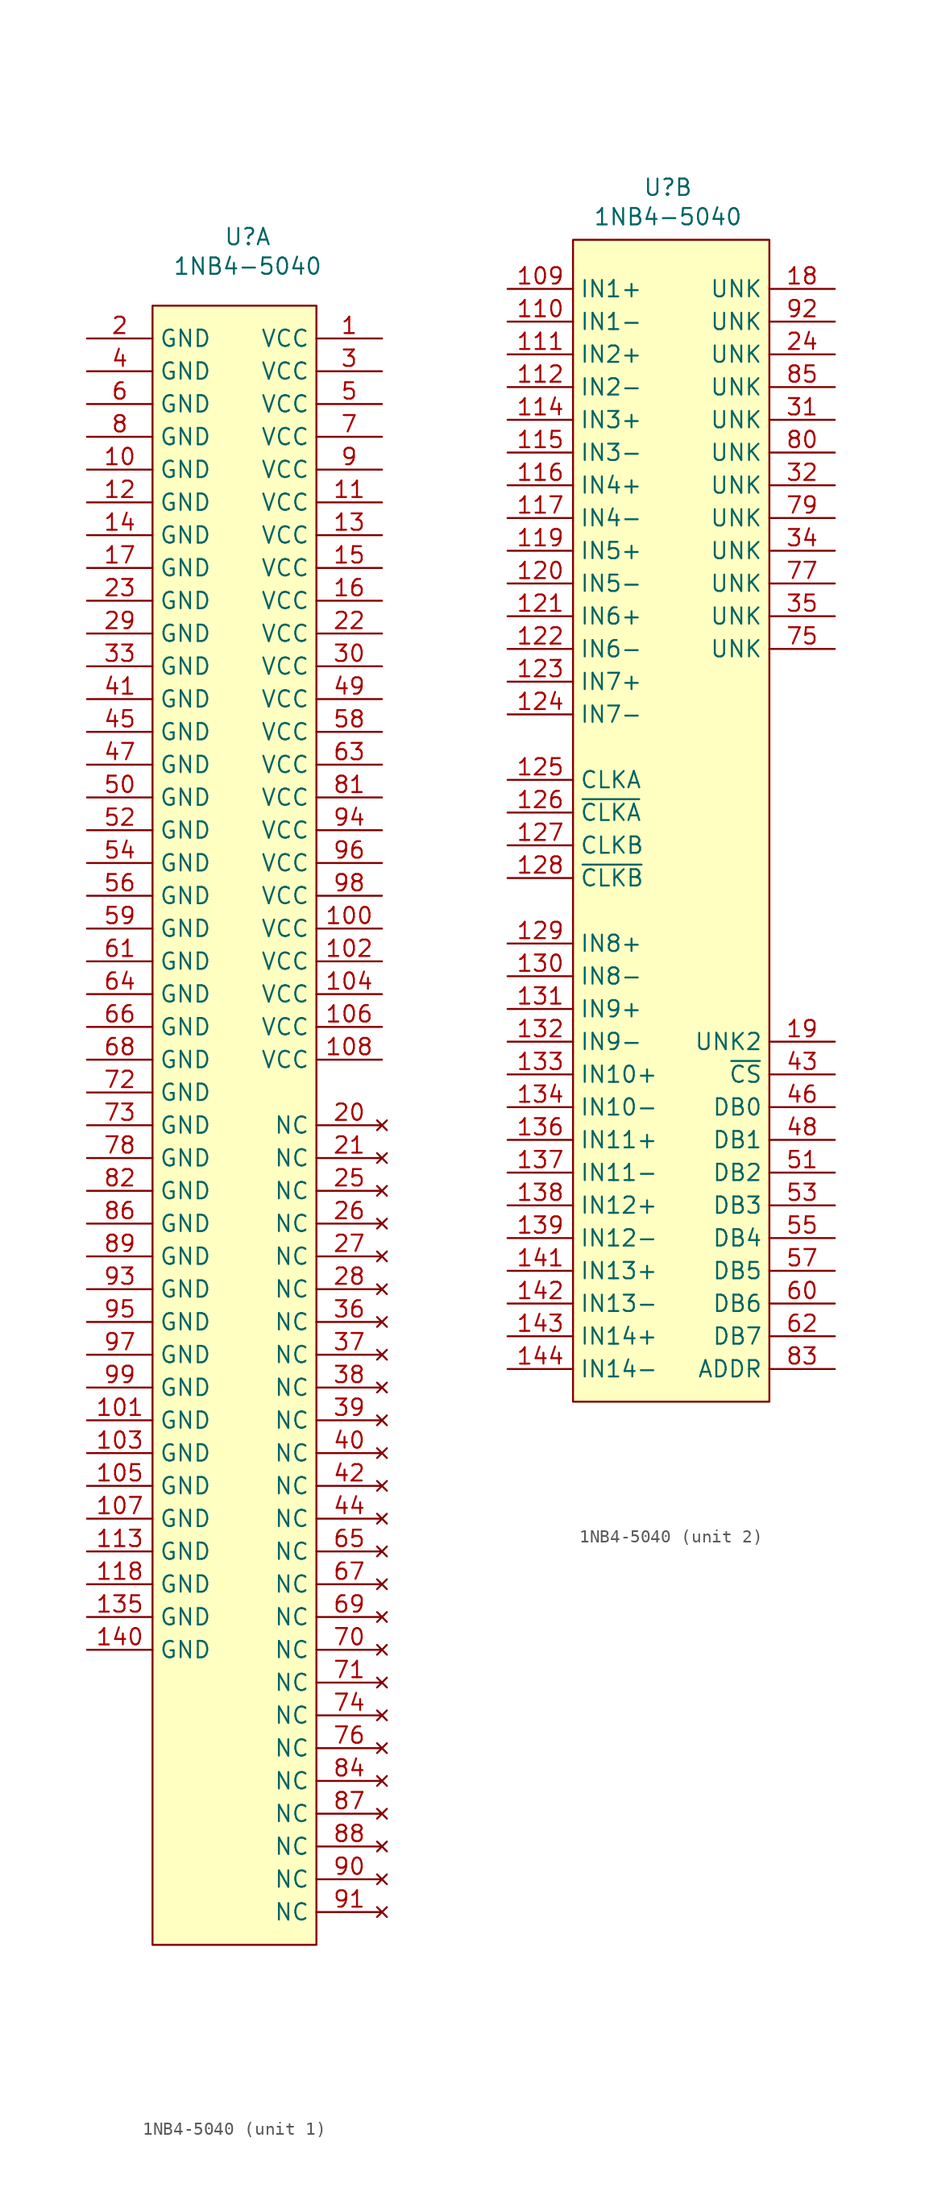
<source format=kicad_sym>
(kicad_symbol_lib
  (version 20241209)
  (generator "kicad_symbol_editor")
  (generator_version "9.0")
  (symbol "1NB4-5040"
    (property "Reference" "U"
      (at 7.366 5.334 0)
      (effects (font (size 1.27 1.27))))
    (property "Value" "1NB4-5040"
      (at 7.366 3.048 0)
      (effects (font (size 1.27 1.27))))
    (property "ki_locked" ""
      (at 0 0 0)
      (effects (font (size 1.27 1.27))))
    (symbol "1NB4-5040_1_0"
      (pin power_in line (at -5.08 -2.54 0) (length 5.08) (name "GND" (effects (font (size 1.27 1.27)))) (number "2" (effects (font (size 1.27 1.27)))))
      (pin power_in line (at -5.08 -5.08 0) (length 5.08) (name "GND" (effects (font (size 1.27 1.27)))) (number "4" (effects (font (size 1.27 1.27)))))
      (pin power_in line (at -5.08 -7.62 0) (length 5.08) (name "GND" (effects (font (size 1.27 1.27)))) (number "6" (effects (font (size 1.27 1.27)))))
      (pin power_in line (at -5.08 -10.16 0) (length 5.08) (name "GND" (effects (font (size 1.27 1.27)))) (number "8" (effects (font (size 1.27 1.27)))))
      (pin power_in line (at -5.08 -12.7 0) (length 5.08) (name "GND" (effects (font (size 1.27 1.27)))) (number "10" (effects (font (size 1.27 1.27)))))
      (pin power_in line (at -5.08 -15.24 0) (length 5.08) (name "GND" (effects (font (size 1.27 1.27)))) (number "12" (effects (font (size 1.27 1.27)))))
      (pin power_in line (at -5.08 -17.78 0) (length 5.08) (name "GND" (effects (font (size 1.27 1.27)))) (number "14" (effects (font (size 1.27 1.27)))))
      (pin power_in line (at -5.08 -20.32 0) (length 5.08) (name "GND" (effects (font (size 1.27 1.27)))) (number "17" (effects (font (size 1.27 1.27)))))
      (pin power_in line (at -5.08 -22.86 0) (length 5.08) (name "GND" (effects (font (size 1.27 1.27)))) (number "23" (effects (font (size 1.27 1.27)))))
      (pin power_in line (at -5.08 -25.4 0) (length 5.08) (name "GND" (effects (font (size 1.27 1.27)))) (number "29" (effects (font (size 1.27 1.27)))))
      (pin power_in line (at -5.08 -27.94 0) (length 5.08) (name "GND" (effects (font (size 1.27 1.27)))) (number "33" (effects (font (size 1.27 1.27)))))
      (pin power_in line (at -5.08 -30.48 0) (length 5.08) (name "GND" (effects (font (size 1.27 1.27)))) (number "41" (effects (font (size 1.27 1.27)))))
      (pin power_in line (at -5.08 -33.02 0) (length 5.08) (name "GND" (effects (font (size 1.27 1.27)))) (number "45" (effects (font (size 1.27 1.27)))))
      (pin power_in line (at -5.08 -35.56 0) (length 5.08) (name "GND" (effects (font (size 1.27 1.27)))) (number "47" (effects (font (size 1.27 1.27)))))
      (pin power_in line (at -5.08 -38.1 0) (length 5.08) (name "GND" (effects (font (size 1.27 1.27)))) (number "50" (effects (font (size 1.27 1.27)))))
      (pin power_in line (at -5.08 -40.64 0) (length 5.08) (name "GND" (effects (font (size 1.27 1.27)))) (number "52" (effects (font (size 1.27 1.27)))))
      (pin power_in line (at -5.08 -43.18 0) (length 5.08) (name "GND" (effects (font (size 1.27 1.27)))) (number "54" (effects (font (size 1.27 1.27)))))
      (pin power_in line (at -5.08 -45.72 0) (length 5.08) (name "GND" (effects (font (size 1.27 1.27)))) (number "56" (effects (font (size 1.27 1.27)))))
      (pin power_in line (at -5.08 -48.26 0) (length 5.08) (name "GND" (effects (font (size 1.27 1.27)))) (number "59" (effects (font (size 1.27 1.27)))))
      (pin power_in line (at -5.08 -50.8 0) (length 5.08) (name "GND" (effects (font (size 1.27 1.27)))) (number "61" (effects (font (size 1.27 1.27)))))
      (pin power_in line (at -5.08 -53.34 0) (length 5.08) (name "GND" (effects (font (size 1.27 1.27)))) (number "64" (effects (font (size 1.27 1.27)))))
      (pin power_in line (at -5.08 -55.88 0) (length 5.08) (name "GND" (effects (font (size 1.27 1.27)))) (number "66" (effects (font (size 1.27 1.27)))))
      (pin power_in line (at -5.08 -58.42 0) (length 5.08) (name "GND" (effects (font (size 1.27 1.27)))) (number "68" (effects (font (size 1.27 1.27)))))
      (pin power_in line (at -5.08 -60.96 0) (length 5.08) (name "GND" (effects (font (size 1.27 1.27)))) (number "72" (effects (font (size 1.27 1.27)))))
      (pin power_in line (at -5.08 -63.5 0) (length 5.08) (name "GND" (effects (font (size 1.27 1.27)))) (number "73" (effects (font (size 1.27 1.27)))))
      (pin power_in line (at -5.08 -66.04 0) (length 5.08) (name "GND" (effects (font (size 1.27 1.27)))) (number "78" (effects (font (size 1.27 1.27)))))
      (pin power_in line (at -5.08 -68.58 0) (length 5.08) (name "GND" (effects (font (size 1.27 1.27)))) (number "82" (effects (font (size 1.27 1.27)))))
      (pin power_in line (at -5.08 -71.12 0) (length 5.08) (name "GND" (effects (font (size 1.27 1.27)))) (number "86" (effects (font (size 1.27 1.27)))))
      (pin power_in line (at -5.08 -73.66 0) (length 5.08) (name "GND" (effects (font (size 1.27 1.27)))) (number "89" (effects (font (size 1.27 1.27)))))
      (pin power_in line (at -5.08 -76.2 0) (length 5.08) (name "GND" (effects (font (size 1.27 1.27)))) (number "93" (effects (font (size 1.27 1.27)))))
      (pin power_in line (at -5.08 -78.74 0) (length 5.08) (name "GND" (effects (font (size 1.27 1.27)))) (number "95" (effects (font (size 1.27 1.27)))))
      (pin power_in line (at -5.08 -81.28 0) (length 5.08) (name "GND" (effects (font (size 1.27 1.27)))) (number "97" (effects (font (size 1.27 1.27)))))
      (pin power_in line (at -5.08 -83.82 0) (length 5.08) (name "GND" (effects (font (size 1.27 1.27)))) (number "99" (effects (font (size 1.27 1.27)))))
      (pin power_in line (at -5.08 -86.36 0) (length 5.08) (name "GND" (effects (font (size 1.27 1.27)))) (number "101" (effects (font (size 1.27 1.27)))))
      (pin power_in line (at -5.08 -88.9 0) (length 5.08) (name "GND" (effects (font (size 1.27 1.27)))) (number "103" (effects (font (size 1.27 1.27)))))
      (pin power_in line (at -5.08 -91.44 0) (length 5.08) (name "GND" (effects (font (size 1.27 1.27)))) (number "105" (effects (font (size 1.27 1.27)))))
      (pin power_in line (at -5.08 -93.98 0) (length 5.08) (name "GND" (effects (font (size 1.27 1.27)))) (number "107" (effects (font (size 1.27 1.27)))))
      (pin power_in line (at -5.08 -96.52 0) (length 5.08) (name "GND" (effects (font (size 1.27 1.27)))) (number "113" (effects (font (size 1.27 1.27)))))
      (pin power_in line (at -5.08 -99.06 0) (length 5.08) (name "GND" (effects (font (size 1.27 1.27)))) (number "118" (effects (font (size 1.27 1.27)))))
      (pin power_in line (at -5.08 -101.6 0) (length 5.08) (name "GND" (effects (font (size 1.27 1.27)))) (number "135" (effects (font (size 1.27 1.27)))))
      (pin power_in line (at -5.08 -104.14 0) (length 5.08) (name "GND" (effects (font (size 1.27 1.27)))) (number "140" (effects (font (size 1.27 1.27)))))
      (pin power_in line (at 17.78 -2.54 180) (length 5.08) (name "VCC" (effects (font (size 1.27 1.27)))) (number "1" (effects (font (size 1.27 1.27)))))
      (pin power_in line (at 17.78 -5.08 180) (length 5.08) (name "VCC" (effects (font (size 1.27 1.27)))) (number "3" (effects (font (size 1.27 1.27)))))
      (pin power_in line (at 17.78 -7.62 180) (length 5.08) (name "VCC" (effects (font (size 1.27 1.27)))) (number "5" (effects (font (size 1.27 1.27)))))
      (pin power_in line (at 17.78 -10.16 180) (length 5.08) (name "VCC" (effects (font (size 1.27 1.27)))) (number "7" (effects (font (size 1.27 1.27)))))
      (pin power_in line (at 17.78 -12.7 180) (length 5.08) (name "VCC" (effects (font (size 1.27 1.27)))) (number "9" (effects (font (size 1.27 1.27)))))
      (pin power_in line (at 17.78 -15.24 180) (length 5.08) (name "VCC" (effects (font (size 1.27 1.27)))) (number "11" (effects (font (size 1.27 1.27)))))
      (pin power_in line (at 17.78 -17.78 180) (length 5.08) (name "VCC" (effects (font (size 1.27 1.27)))) (number "13" (effects (font (size 1.27 1.27)))))
      (pin power_in line (at 17.78 -20.32 180) (length 5.08) (name "VCC" (effects (font (size 1.27 1.27)))) (number "15" (effects (font (size 1.27 1.27)))))
      (pin power_in line (at 17.78 -22.86 180) (length 5.08) (name "VCC" (effects (font (size 1.27 1.27)))) (number "16" (effects (font (size 1.27 1.27)))))
      (pin power_in line (at 17.78 -25.4 180) (length 5.08) (name "VCC" (effects (font (size 1.27 1.27)))) (number "22" (effects (font (size 1.27 1.27)))))
      (pin power_in line (at 17.78 -27.94 180) (length 5.08) (name "VCC" (effects (font (size 1.27 1.27)))) (number "30" (effects (font (size 1.27 1.27)))))
      (pin power_in line (at 17.78 -30.48 180) (length 5.08) (name "VCC" (effects (font (size 1.27 1.27)))) (number "49" (effects (font (size 1.27 1.27)))))
      (pin power_in line (at 17.78 -33.02 180) (length 5.08) (name "VCC" (effects (font (size 1.27 1.27)))) (number "58" (effects (font (size 1.27 1.27)))))
      (pin power_in line (at 17.78 -35.56 180) (length 5.08) (name "VCC" (effects (font (size 1.27 1.27)))) (number "63" (effects (font (size 1.27 1.27)))))
      (pin power_in line (at 17.78 -38.1 180) (length 5.08) (name "VCC" (effects (font (size 1.27 1.27)))) (number "81" (effects (font (size 1.27 1.27)))))
      (pin power_in line (at 17.78 -40.64 180) (length 5.08) (name "VCC" (effects (font (size 1.27 1.27)))) (number "94" (effects (font (size 1.27 1.27)))))
      (pin power_in line (at 17.78 -43.18 180) (length 5.08) (name "VCC" (effects (font (size 1.27 1.27)))) (number "96" (effects (font (size 1.27 1.27)))))
      (pin power_in line (at 17.78 -45.72 180) (length 5.08) (name "VCC" (effects (font (size 1.27 1.27)))) (number "98" (effects (font (size 1.27 1.27)))))
      (pin power_in line (at 17.78 -48.26 180) (length 5.08) (name "VCC" (effects (font (size 1.27 1.27)))) (number "100" (effects (font (size 1.27 1.27)))))
      (pin power_in line (at 17.78 -50.8 180) (length 5.08) (name "VCC" (effects (font (size 1.27 1.27)))) (number "102" (effects (font (size 1.27 1.27)))))
      (pin power_in line (at 17.78 -53.34 180) (length 5.08) (name "VCC" (effects (font (size 1.27 1.27)))) (number "104" (effects (font (size 1.27 1.27)))))
      (pin power_in line (at 17.78 -55.88 180) (length 5.08) (name "VCC" (effects (font (size 1.27 1.27)))) (number "106" (effects (font (size 1.27 1.27)))))
      (pin power_in line (at 17.78 -58.42 180) (length 5.08) (name "VCC" (effects (font (size 1.27 1.27)))) (number "108" (effects (font (size 1.27 1.27)))))
      (pin no_connect line (at 17.78 -63.5 180) (length 5.08) (name "NC" (effects (font (size 1.27 1.27)))) (number "20" (effects (font (size 1.27 1.27)))))
      (pin no_connect line (at 17.78 -66.04 180) (length 5.08) (name "NC" (effects (font (size 1.27 1.27)))) (number "21" (effects (font (size 1.27 1.27)))))
      (pin no_connect line (at 17.78 -68.58 180) (length 5.08) (name "NC" (effects (font (size 1.27 1.27)))) (number "25" (effects (font (size 1.27 1.27)))))
      (pin no_connect line (at 17.78 -71.12 180) (length 5.08) (name "NC" (effects (font (size 1.27 1.27)))) (number "26" (effects (font (size 1.27 1.27)))))
      (pin no_connect line (at 17.78 -73.66 180) (length 5.08) (name "NC" (effects (font (size 1.27 1.27)))) (number "27" (effects (font (size 1.27 1.27)))))
      (pin no_connect line (at 17.78 -76.2 180) (length 5.08) (name "NC" (effects (font (size 1.27 1.27)))) (number "28" (effects (font (size 1.27 1.27)))))
      (pin no_connect line (at 17.78 -78.74 180) (length 5.08) (name "NC" (effects (font (size 1.27 1.27)))) (number "36" (effects (font (size 1.27 1.27)))))
      (pin no_connect line (at 17.78 -81.28 180) (length 5.08) (name "NC" (effects (font (size 1.27 1.27)))) (number "37" (effects (font (size 1.27 1.27)))))
      (pin no_connect line (at 17.78 -83.82 180) (length 5.08) (name "NC" (effects (font (size 1.27 1.27)))) (number "38" (effects (font (size 1.27 1.27)))))
      (pin no_connect line (at 17.78 -86.36 180) (length 5.08) (name "NC" (effects (font (size 1.27 1.27)))) (number "39" (effects (font (size 1.27 1.27)))))
      (pin no_connect line (at 17.78 -88.9 180) (length 5.08) (name "NC" (effects (font (size 1.27 1.27)))) (number "40" (effects (font (size 1.27 1.27)))))
      (pin no_connect line (at 17.78 -91.44 180) (length 5.08) (name "NC" (effects (font (size 1.27 1.27)))) (number "42" (effects (font (size 1.27 1.27)))))
      (pin no_connect line (at 17.78 -93.98 180) (length 5.08) (name "NC" (effects (font (size 1.27 1.27)))) (number "44" (effects (font (size 1.27 1.27)))))
      (pin no_connect line (at 17.78 -96.52 180) (length 5.08) (name "NC" (effects (font (size 1.27 1.27)))) (number "65" (effects (font (size 1.27 1.27)))))
      (pin no_connect line (at 17.78 -99.06 180) (length 5.08) (name "NC" (effects (font (size 1.27 1.27)))) (number "67" (effects (font (size 1.27 1.27)))))
      (pin no_connect line (at 17.78 -101.6 180) (length 5.08) (name "NC" (effects (font (size 1.27 1.27)))) (number "69" (effects (font (size 1.27 1.27)))))
      (pin no_connect line (at 17.78 -104.14 180) (length 5.08) (name "NC" (effects (font (size 1.27 1.27)))) (number "70" (effects (font (size 1.27 1.27)))))
      (pin no_connect line (at 17.78 -106.68 180) (length 5.08) (name "NC" (effects (font (size 1.27 1.27)))) (number "71" (effects (font (size 1.27 1.27)))))
      (pin no_connect line (at 17.78 -109.22 180) (length 5.08) (name "NC" (effects (font (size 1.27 1.27)))) (number "74" (effects (font (size 1.27 1.27)))))
      (pin no_connect line (at 17.78 -111.76 180) (length 5.08) (name "NC" (effects (font (size 1.27 1.27)))) (number "76" (effects (font (size 1.27 1.27)))))
      (pin no_connect line (at 17.78 -114.3 180) (length 5.08) (name "NC" (effects (font (size 1.27 1.27)))) (number "84" (effects (font (size 1.27 1.27)))))
      (pin no_connect line (at 17.78 -116.84 180) (length 5.08) (name "NC" (effects (font (size 1.27 1.27)))) (number "87" (effects (font (size 1.27 1.27)))))
      (pin no_connect line (at 17.78 -119.38 180) (length 5.08) (name "NC" (effects (font (size 1.27 1.27)))) (number "88" (effects (font (size 1.27 1.27)))))
      (pin no_connect line (at 17.78 -121.92 180) (length 5.08) (name "NC" (effects (font (size 1.27 1.27)))) (number "90" (effects (font (size 1.27 1.27)))))
      (pin no_connect line (at 17.78 -124.46 180) (length 5.08) (name "NC" (effects (font (size 1.27 1.27)))) (number "91" (effects (font (size 1.27 1.27))))))
    (symbol "1NB4-5040_1_1"
      (rectangle (start 0 0) (end 12.7 -127) (stroke (width 0) (type solid)) (fill (type background))))
    (symbol "1NB4-5040_2_0"
      (pin input line (at -5.08 -2.54 0) (length 5.08) (name "IN1+" (effects (font (size 1.27 1.27)))) (number "109" (effects (font (size 1.27 1.27)))))
      (pin input line (at -5.08 -5.08 0) (length 5.08) (name "IN1-" (effects (font (size 1.27 1.27)))) (number "110" (effects (font (size 1.27 1.27)))))
      (pin input line (at -5.08 -7.62 0) (length 5.08) (name "IN2+" (effects (font (size 1.27 1.27)))) (number "111" (effects (font (size 1.27 1.27)))))
      (pin input line (at -5.08 -10.16 0) (length 5.08) (name "IN2-" (effects (font (size 1.27 1.27)))) (number "112" (effects (font (size 1.27 1.27)))))
      (pin input line (at -5.08 -12.7 0) (length 5.08) (name "IN3+" (effects (font (size 1.27 1.27)))) (number "114" (effects (font (size 1.27 1.27)))))
      (pin input line (at -5.08 -15.24 0) (length 5.08) (name "IN3-" (effects (font (size 1.27 1.27)))) (number "115" (effects (font (size 1.27 1.27)))))
      (pin input line (at -5.08 -17.78 0) (length 5.08) (name "IN4+" (effects (font (size 1.27 1.27)))) (number "116" (effects (font (size 1.27 1.27)))))
      (pin input line (at -5.08 -20.32 0) (length 5.08) (name "IN4-" (effects (font (size 1.27 1.27)))) (number "117" (effects (font (size 1.27 1.27)))))
      (pin input line (at -5.08 -22.86 0) (length 5.08) (name "IN5+" (effects (font (size 1.27 1.27)))) (number "119" (effects (font (size 1.27 1.27)))))
      (pin input line (at -5.08 -25.4 0) (length 5.08) (name "IN5-" (effects (font (size 1.27 1.27)))) (number "120" (effects (font (size 1.27 1.27)))))
      (pin input line (at -5.08 -27.94 0) (length 5.08) (name "IN6+" (effects (font (size 1.27 1.27)))) (number "121" (effects (font (size 1.27 1.27)))))
      (pin input line (at -5.08 -30.48 0) (length 5.08) (name "IN6-" (effects (font (size 1.27 1.27)))) (number "122" (effects (font (size 1.27 1.27)))))
      (pin input line (at -5.08 -33.02 0) (length 5.08) (name "IN7+" (effects (font (size 1.27 1.27)))) (number "123" (effects (font (size 1.27 1.27)))))
      (pin input line (at -5.08 -35.56 0) (length 5.08) (name "IN7-" (effects (font (size 1.27 1.27)))) (number "124" (effects (font (size 1.27 1.27)))))
      (pin input line (at -5.08 -40.64 0) (length 5.08) (name "CLKA" (effects (font (size 1.27 1.27)))) (number "125" (effects (font (size 1.27 1.27)))))
      (pin input line (at -5.08 -43.18 0) (length 5.08) (name "~{CLKA}" (effects (font (size 1.27 1.27)))) (number "126" (effects (font (size 1.27 1.27)))))
      (pin input line (at -5.08 -45.72 0) (length 5.08) (name "CLKB" (effects (font (size 1.27 1.27)))) (number "127" (effects (font (size 1.27 1.27)))))
      (pin input line (at -5.08 -48.26 0) (length 5.08) (name "~{CLKB}" (effects (font (size 1.27 1.27)))) (number "128" (effects (font (size 1.27 1.27)))))
      (pin input line (at -5.08 -53.34 0) (length 5.08) (name "IN8+" (effects (font (size 1.27 1.27)))) (number "129" (effects (font (size 1.27 1.27)))))
      (pin input line (at -5.08 -55.88 0) (length 5.08) (name "IN8-" (effects (font (size 1.27 1.27)))) (number "130" (effects (font (size 1.27 1.27)))))
      (pin input line (at -5.08 -58.42 0) (length 5.08) (name "IN9+" (effects (font (size 1.27 1.27)))) (number "131" (effects (font (size 1.27 1.27)))))
      (pin input line (at -5.08 -60.96 0) (length 5.08) (name "IN9-" (effects (font (size 1.27 1.27)))) (number "132" (effects (font (size 1.27 1.27)))))
      (pin input line (at -5.08 -63.5 0) (length 5.08) (name "IN10+" (effects (font (size 1.27 1.27)))) (number "133" (effects (font (size 1.27 1.27)))))
      (pin input line (at -5.08 -66.04 0) (length 5.08) (name "IN10-" (effects (font (size 1.27 1.27)))) (number "134" (effects (font (size 1.27 1.27)))))
      (pin input line (at -5.08 -68.58 0) (length 5.08) (name "IN11+" (effects (font (size 1.27 1.27)))) (number "136" (effects (font (size 1.27 1.27)))))
      (pin input line (at -5.08 -71.12 0) (length 5.08) (name "IN11-" (effects (font (size 1.27 1.27)))) (number "137" (effects (font (size 1.27 1.27)))))
      (pin input line (at -5.08 -73.66 0) (length 5.08) (name "IN12+" (effects (font (size 1.27 1.27)))) (number "138" (effects (font (size 1.27 1.27)))))
      (pin input line (at -5.08 -76.2 0) (length 5.08) (name "IN12-" (effects (font (size 1.27 1.27)))) (number "139" (effects (font (size 1.27 1.27)))))
      (pin input line (at -5.08 -78.74 0) (length 5.08) (name "IN13+" (effects (font (size 1.27 1.27)))) (number "141" (effects (font (size 1.27 1.27)))))
      (pin input line (at -5.08 -81.28 0) (length 5.08) (name "IN13-" (effects (font (size 1.27 1.27)))) (number "142" (effects (font (size 1.27 1.27)))))
      (pin input line (at -5.08 -83.82 0) (length 5.08) (name "IN14+" (effects (font (size 1.27 1.27)))) (number "143" (effects (font (size 1.27 1.27)))))
      (pin input line (at -5.08 -86.36 0) (length 5.08) (name "IN14-" (effects (font (size 1.27 1.27)))) (number "144" (effects (font (size 1.27 1.27)))))
      (pin unspecified line (at 20.32 -2.54 180) (length 5.08) (name "UNK" (effects (font (size 1.27 1.27)))) (number "18" (effects (font (size 1.27 1.27)))))
      (pin unspecified line (at 20.32 -5.08 180) (length 5.08) (name "UNK" (effects (font (size 1.27 1.27)))) (number "92" (effects (font (size 1.27 1.27)))))
      (pin unspecified line (at 20.32 -7.62 180) (length 5.08) (name "UNK" (effects (font (size 1.27 1.27)))) (number "24" (effects (font (size 1.27 1.27)))))
      (pin unspecified line (at 20.32 -10.16 180) (length 5.08) (name "UNK" (effects (font (size 1.27 1.27)))) (number "85" (effects (font (size 1.27 1.27)))))
      (pin unspecified line (at 20.32 -12.7 180) (length 5.08) (name "UNK" (effects (font (size 1.27 1.27)))) (number "31" (effects (font (size 1.27 1.27)))))
      (pin unspecified line (at 20.32 -15.24 180) (length 5.08) (name "UNK" (effects (font (size 1.27 1.27)))) (number "80" (effects (font (size 1.27 1.27)))))
      (pin unspecified line (at 20.32 -17.78 180) (length 5.08) (name "UNK" (effects (font (size 1.27 1.27)))) (number "32" (effects (font (size 1.27 1.27)))))
      (pin unspecified line (at 20.32 -20.32 180) (length 5.08) (name "UNK" (effects (font (size 1.27 1.27)))) (number "79" (effects (font (size 1.27 1.27)))))
      (pin unspecified line (at 20.32 -22.86 180) (length 5.08) (name "UNK" (effects (font (size 1.27 1.27)))) (number "34" (effects (font (size 1.27 1.27)))))
      (pin unspecified line (at 20.32 -25.4 180) (length 5.08) (name "UNK" (effects (font (size 1.27 1.27)))) (number "77" (effects (font (size 1.27 1.27)))))
      (pin unspecified line (at 20.32 -27.94 180) (length 5.08) (name "UNK" (effects (font (size 1.27 1.27)))) (number "35" (effects (font (size 1.27 1.27)))))
      (pin unspecified line (at 20.32 -30.48 180) (length 5.08) (name "UNK" (effects (font (size 1.27 1.27)))) (number "75" (effects (font (size 1.27 1.27)))))
      (pin unspecified line (at 20.32 -60.96 180) (length 5.08) (name "UNK2" (effects (font (size 1.27 1.27)))) (number "19" (effects (font (size 1.27 1.27)))))
      (pin input line (at 20.32 -63.5 180) (length 5.08) (name "~{CS}" (effects (font (size 1.27 1.27)))) (number "43" (effects (font (size 1.27 1.27)))))
      (pin bidirectional line (at 20.32 -66.04 180) (length 5.08) (name "DB0" (effects (font (size 1.27 1.27)))) (number "46" (effects (font (size 1.27 1.27)))))
      (pin bidirectional line (at 20.32 -68.58 180) (length 5.08) (name "DB1" (effects (font (size 1.27 1.27)))) (number "48" (effects (font (size 1.27 1.27)))))
      (pin bidirectional line (at 20.32 -71.12 180) (length 5.08) (name "DB2" (effects (font (size 1.27 1.27)))) (number "51" (effects (font (size 1.27 1.27)))))
      (pin bidirectional line (at 20.32 -73.66 180) (length 5.08) (name "DB3" (effects (font (size 1.27 1.27)))) (number "53" (effects (font (size 1.27 1.27)))))
      (pin bidirectional line (at 20.32 -76.2 180) (length 5.08) (name "DB4" (effects (font (size 1.27 1.27)))) (number "55" (effects (font (size 1.27 1.27)))))
      (pin bidirectional line (at 20.32 -78.74 180) (length 5.08) (name "DB5" (effects (font (size 1.27 1.27)))) (number "57" (effects (font (size 1.27 1.27)))))
      (pin bidirectional line (at 20.32 -81.28 180) (length 5.08) (name "DB6" (effects (font (size 1.27 1.27)))) (number "60" (effects (font (size 1.27 1.27)))))
      (pin bidirectional line (at 20.32 -83.82 180) (length 5.08) (name "DB7" (effects (font (size 1.27 1.27)))) (number "62" (effects (font (size 1.27 1.27)))))
      (pin input line (at 20.32 -86.36 180) (length 5.08) (name "ADDR" (effects (font (size 1.27 1.27)))) (number "83" (effects (font (size 1.27 1.27))))))
    (symbol "1NB4-5040_2_1"
      (rectangle (start 0 1.27) (end 15.24 -88.9) (stroke (width 0) (type solid)) (fill (type background))))))
</source>
